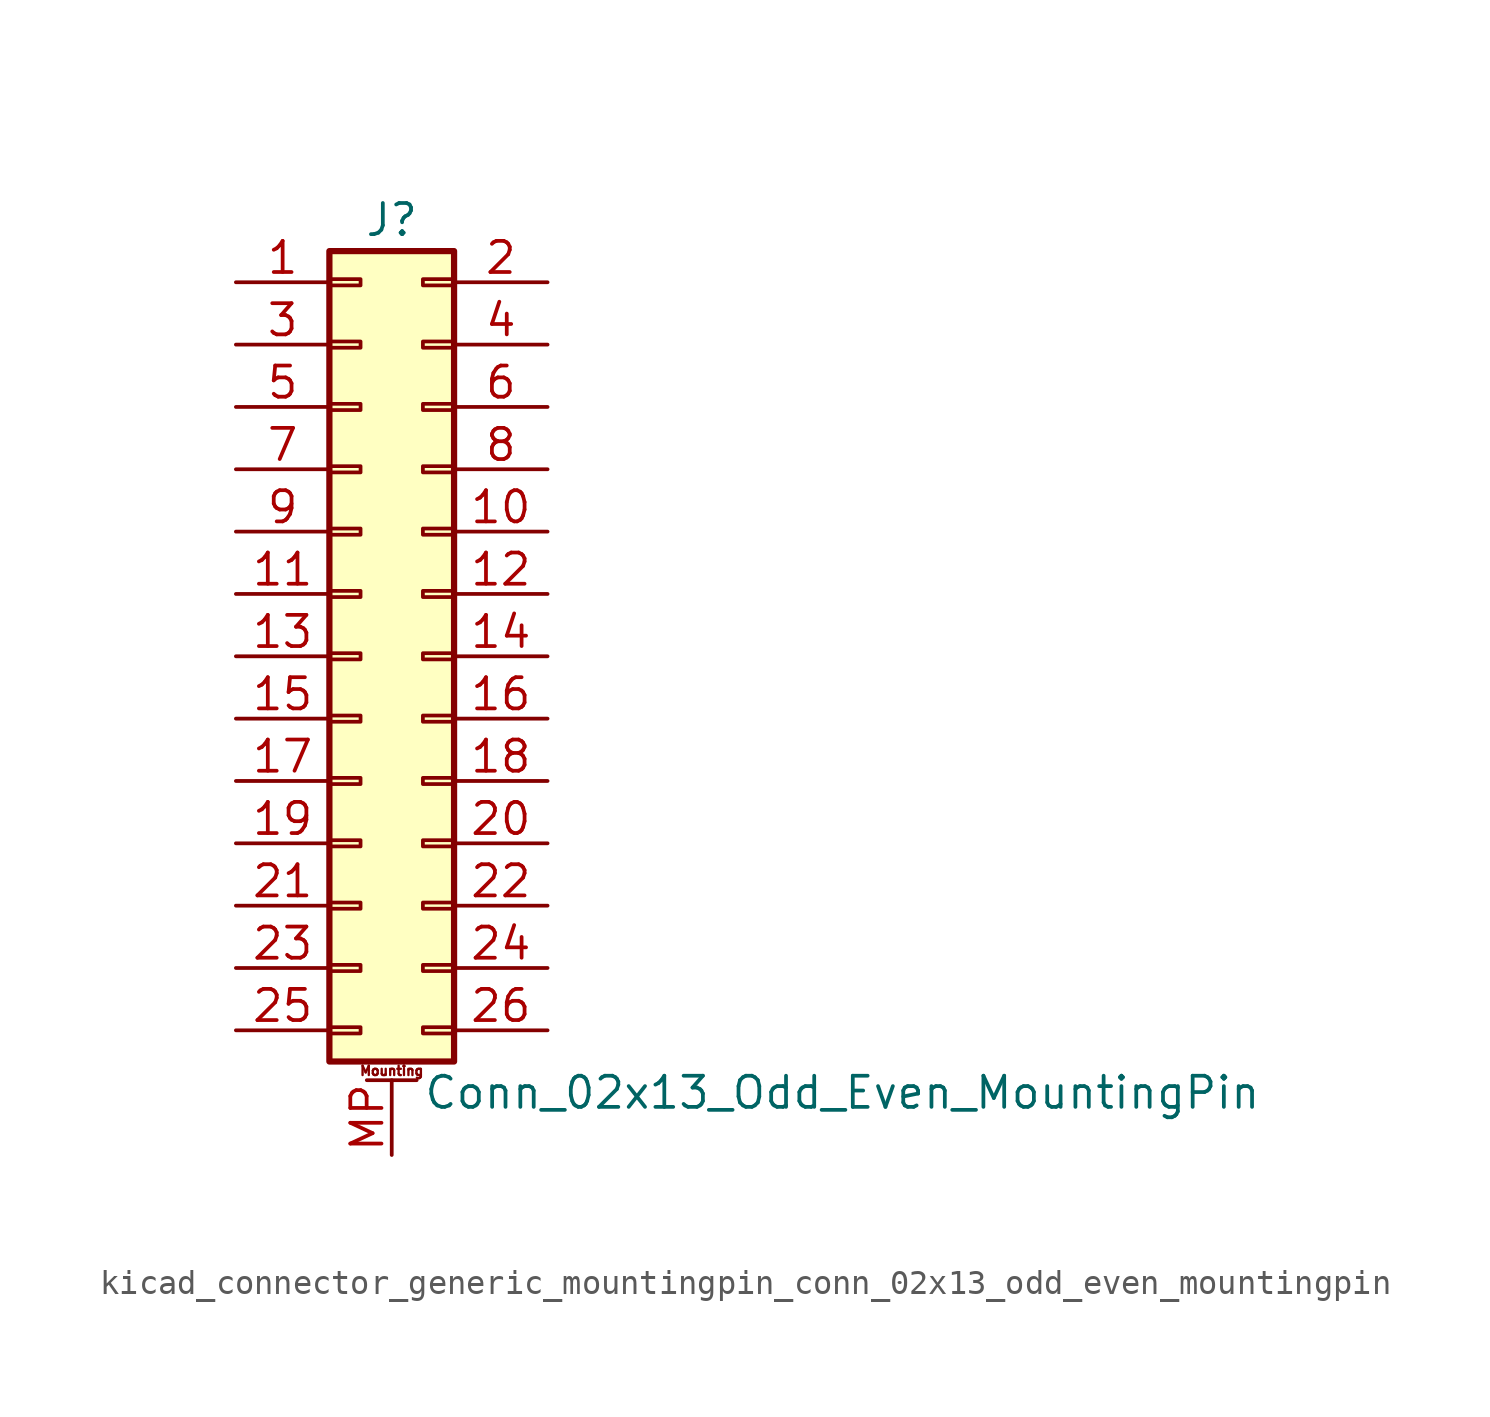
<source format=kicad_sym>
(kicad_symbol_lib
  (version 20220914)
  (generator kicad_symbol_editor)
  (symbol "kicad_connector_generic_mountingpin_conn_02x13_odd_even_mountingpin"
    (pin_names
      (offset 1.016) hide)
    (property "Reference" "J"
      (at 1.27 17.78 0)
      (effects (font (size 1.27 1.27))))
    (property "Value" "Conn_02x13_Odd_Even_MountingPin"
      (at 2.54 -17.78 0)
      (effects (font (size 1.27 1.27)) (justify left)))
    (symbol "kicad_connector_generic_mountingpin_conn_02x13_odd_even_mountingpin_1_1"
      (rectangle (start -1.27 -15.113) (end 0 -15.367) (stroke (width 0.152) (type default)) (fill (type none)))
      (rectangle (start -1.27 -12.573) (end 0 -12.827) (stroke (width 0.152) (type default)) (fill (type none)))
      (rectangle (start -1.27 -10.033) (end 0 -10.287) (stroke (width 0.152) (type default)) (fill (type none)))
      (rectangle (start -1.27 -7.493) (end 0 -7.747) (stroke (width 0.152) (type default)) (fill (type none)))
      (rectangle (start -1.27 -4.953) (end 0 -5.207) (stroke (width 0.152) (type default)) (fill (type none)))
      (rectangle (start -1.27 -2.413) (end 0 -2.667) (stroke (width 0.152) (type default)) (fill (type none)))
      (rectangle (start -1.27 0.127) (end 0 -0.127) (stroke (width 0.152) (type default)) (fill (type none)))
      (rectangle (start -1.27 2.667) (end 0 2.413) (stroke (width 0.152) (type default)) (fill (type none)))
      (rectangle (start -1.27 5.207) (end 0 4.953) (stroke (width 0.152) (type default)) (fill (type none)))
      (rectangle (start -1.27 7.747) (end 0 7.493) (stroke (width 0.152) (type default)) (fill (type none)))
      (rectangle (start -1.27 10.287) (end 0 10.033) (stroke (width 0.152) (type default)) (fill (type none)))
      (rectangle (start -1.27 12.827) (end 0 12.573) (stroke (width 0.152) (type default)) (fill (type none)))
      (rectangle (start -1.27 15.367) (end 0 15.113) (stroke (width 0.152) (type default)) (fill (type none)))
      (rectangle (start -1.27 16.51) (end 3.81 -16.51) (stroke (width 0.254) (type default)) (fill (type background)))
      (polyline (pts (xy 0.254 -17.272) (xy 2.286 -17.272)) (stroke (width 0.152) (type default)) (fill (type none)))
      (rectangle (start 3.81 -15.113) (end 2.54 -15.367) (stroke (width 0.152) (type default)) (fill (type none)))
      (rectangle (start 3.81 -12.573) (end 2.54 -12.827) (stroke (width 0.152) (type default)) (fill (type none)))
      (rectangle (start 3.81 -10.033) (end 2.54 -10.287) (stroke (width 0.152) (type default)) (fill (type none)))
      (rectangle (start 3.81 -7.493) (end 2.54 -7.747) (stroke (width 0.152) (type default)) (fill (type none)))
      (rectangle (start 3.81 -4.953) (end 2.54 -5.207) (stroke (width 0.152) (type default)) (fill (type none)))
      (rectangle (start 3.81 -2.413) (end 2.54 -2.667) (stroke (width 0.152) (type default)) (fill (type none)))
      (rectangle (start 3.81 0.127) (end 2.54 -0.127) (stroke (width 0.152) (type default)) (fill (type none)))
      (rectangle (start 3.81 2.667) (end 2.54 2.413) (stroke (width 0.152) (type default)) (fill (type none)))
      (rectangle (start 3.81 5.207) (end 2.54 4.953) (stroke (width 0.152) (type default)) (fill (type none)))
      (rectangle (start 3.81 7.747) (end 2.54 7.493) (stroke (width 0.152) (type default)) (fill (type none)))
      (rectangle (start 3.81 10.287) (end 2.54 10.033) (stroke (width 0.152) (type default)) (fill (type none)))
      (rectangle (start 3.81 12.827) (end 2.54 12.573) (stroke (width 0.152) (type default)) (fill (type none)))
      (rectangle (start 3.81 15.367) (end 2.54 15.113) (stroke (width 0.152) (type default)) (fill (type none)))
      (text "Mounting" (at 1.27 -16.891 0) (effects (font (size 0.381 0.381))))
      (pin passive line (at -5.08 15.24 0) (length 3.81) (name "Pin_1" (effects (font (size 1.27 1.27)))) (number "1" (effects (font (size 1.27 1.27)))))
      (pin passive line (at 7.62 5.08 180) (length 3.81) (name "Pin_10" (effects (font (size 1.27 1.27)))) (number "10" (effects (font (size 1.27 1.27)))))
      (pin passive line (at -5.08 2.54 0) (length 3.81) (name "Pin_11" (effects (font (size 1.27 1.27)))) (number "11" (effects (font (size 1.27 1.27)))))
      (pin passive line (at 7.62 2.54 180) (length 3.81) (name "Pin_12" (effects (font (size 1.27 1.27)))) (number "12" (effects (font (size 1.27 1.27)))))
      (pin passive line (at -5.08 0 0) (length 3.81) (name "Pin_13" (effects (font (size 1.27 1.27)))) (number "13" (effects (font (size 1.27 1.27)))))
      (pin passive line (at 7.62 0 180) (length 3.81) (name "Pin_14" (effects (font (size 1.27 1.27)))) (number "14" (effects (font (size 1.27 1.27)))))
      (pin passive line (at -5.08 -2.54 0) (length 3.81) (name "Pin_15" (effects (font (size 1.27 1.27)))) (number "15" (effects (font (size 1.27 1.27)))))
      (pin passive line (at 7.62 -2.54 180) (length 3.81) (name "Pin_16" (effects (font (size 1.27 1.27)))) (number "16" (effects (font (size 1.27 1.27)))))
      (pin passive line (at -5.08 -5.08 0) (length 3.81) (name "Pin_17" (effects (font (size 1.27 1.27)))) (number "17" (effects (font (size 1.27 1.27)))))
      (pin passive line (at 7.62 -5.08 180) (length 3.81) (name "Pin_18" (effects (font (size 1.27 1.27)))) (number "18" (effects (font (size 1.27 1.27)))))
      (pin passive line (at -5.08 -7.62 0) (length 3.81) (name "Pin_19" (effects (font (size 1.27 1.27)))) (number "19" (effects (font (size 1.27 1.27)))))
      (pin passive line (at 7.62 15.24 180) (length 3.81) (name "Pin_2" (effects (font (size 1.27 1.27)))) (number "2" (effects (font (size 1.27 1.27)))))
      (pin passive line (at 7.62 -7.62 180) (length 3.81) (name "Pin_20" (effects (font (size 1.27 1.27)))) (number "20" (effects (font (size 1.27 1.27)))))
      (pin passive line (at -5.08 -10.16 0) (length 3.81) (name "Pin_21" (effects (font (size 1.27 1.27)))) (number "21" (effects (font (size 1.27 1.27)))))
      (pin passive line (at 7.62 -10.16 180) (length 3.81) (name "Pin_22" (effects (font (size 1.27 1.27)))) (number "22" (effects (font (size 1.27 1.27)))))
      (pin passive line (at -5.08 -12.7 0) (length 3.81) (name "Pin_23" (effects (font (size 1.27 1.27)))) (number "23" (effects (font (size 1.27 1.27)))))
      (pin passive line (at 7.62 -12.7 180) (length 3.81) (name "Pin_24" (effects (font (size 1.27 1.27)))) (number "24" (effects (font (size 1.27 1.27)))))
      (pin passive line (at -5.08 -15.24 0) (length 3.81) (name "Pin_25" (effects (font (size 1.27 1.27)))) (number "25" (effects (font (size 1.27 1.27)))))
      (pin passive line (at 7.62 -15.24 180) (length 3.81) (name "Pin_26" (effects (font (size 1.27 1.27)))) (number "26" (effects (font (size 1.27 1.27)))))
      (pin passive line (at -5.08 12.7 0) (length 3.81) (name "Pin_3" (effects (font (size 1.27 1.27)))) (number "3" (effects (font (size 1.27 1.27)))))
      (pin passive line (at 7.62 12.7 180) (length 3.81) (name "Pin_4" (effects (font (size 1.27 1.27)))) (number "4" (effects (font (size 1.27 1.27)))))
      (pin passive line (at -5.08 10.16 0) (length 3.81) (name "Pin_5" (effects (font (size 1.27 1.27)))) (number "5" (effects (font (size 1.27 1.27)))))
      (pin passive line (at 7.62 10.16 180) (length 3.81) (name "Pin_6" (effects (font (size 1.27 1.27)))) (number "6" (effects (font (size 1.27 1.27)))))
      (pin passive line (at -5.08 7.62 0) (length 3.81) (name "Pin_7" (effects (font (size 1.27 1.27)))) (number "7" (effects (font (size 1.27 1.27)))))
      (pin passive line (at 7.62 7.62 180) (length 3.81) (name "Pin_8" (effects (font (size 1.27 1.27)))) (number "8" (effects (font (size 1.27 1.27)))))
      (pin passive line (at -5.08 5.08 0) (length 3.81) (name "Pin_9" (effects (font (size 1.27 1.27)))) (number "9" (effects (font (size 1.27 1.27)))))
      (pin passive line (at 1.27 -20.32 90) (length 3.048) (name "MountPin" (effects (font (size 1.27 1.27)))) (number "MP" (effects (font (size 1.27 1.27))))))))
</source>
